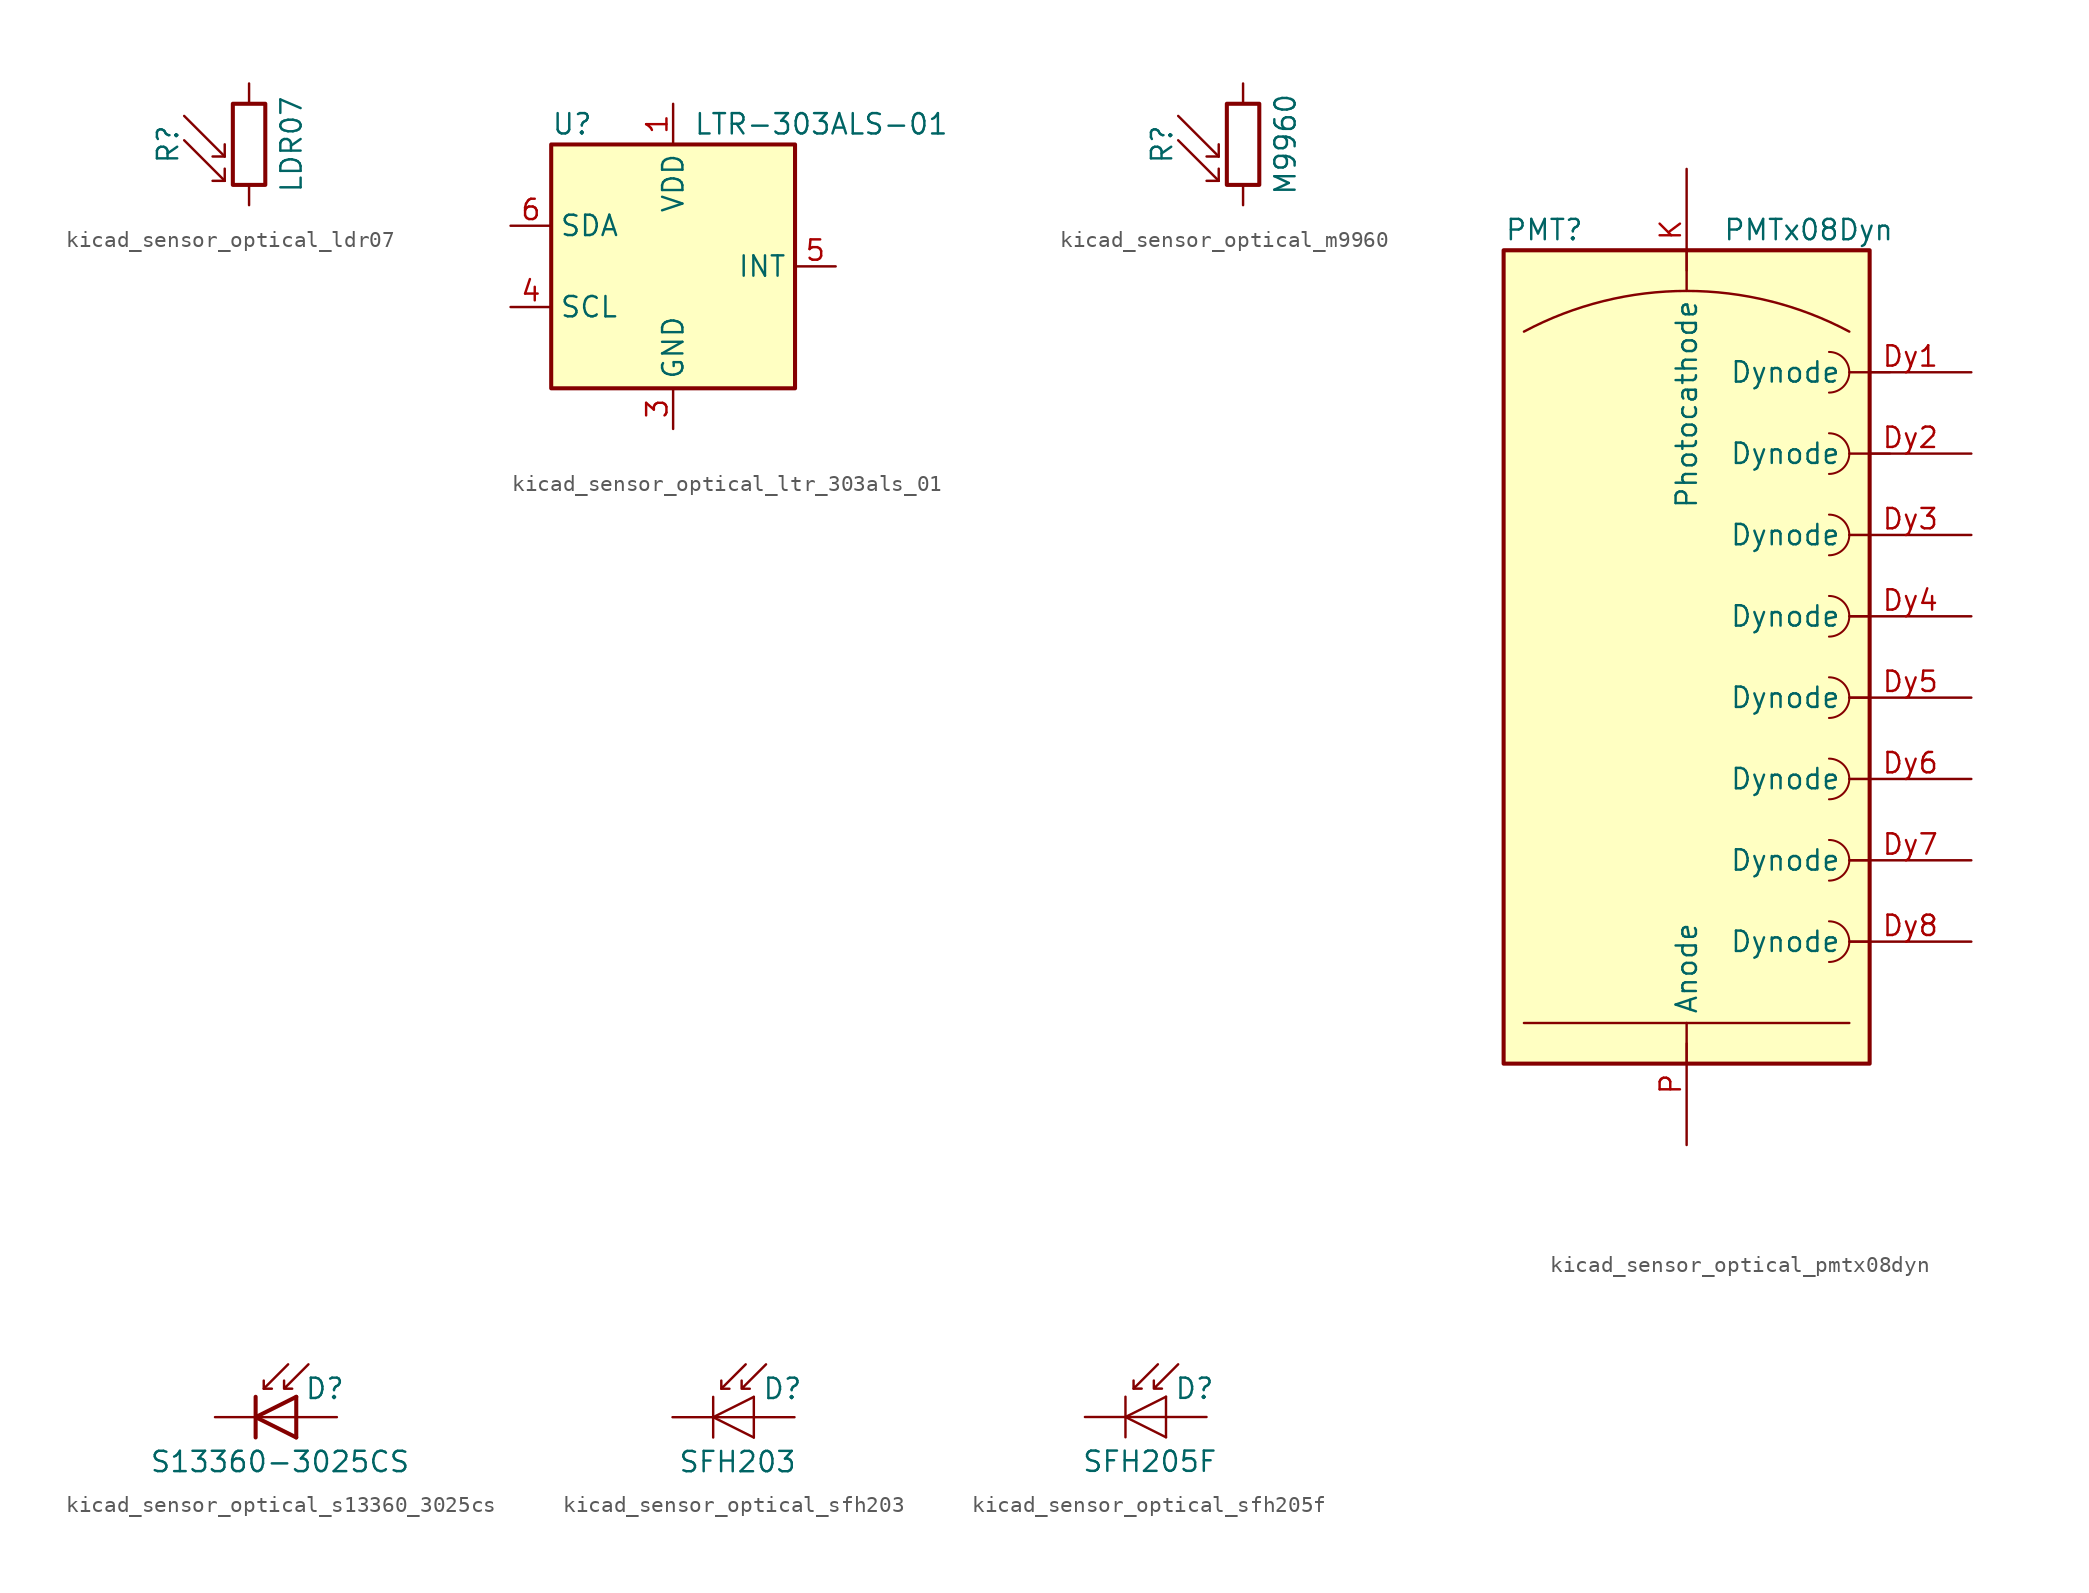
<source format=kicad_sym>
(kicad_symbol_lib
  (version 20220914)
  (generator kicad_symbol_editor)
  (symbol "kicad_sensor_optical_ldr07"
    (pin_numbers hide)
    (pin_names
      (offset 0))
    (property "Reference" "R"
      (at -5.08 0 90)
      (effects (font (size 1.27 1.27))))
    (property "Value" "LDR07"
      (at 1.905 0 90)
      (effects (font (size 1.27 1.27)) (justify top)))
    (symbol "kicad_sensor_optical_ldr07_0_1"
      (rectangle (start -1.016 2.54) (end 1.016 -2.54) (stroke (width 0.254) (type default)) (fill (type none)))
      (polyline (pts (xy -1.524 -2.286) (xy -4.064 0.254)) (stroke (width 0) (type default)) (fill (type none)))
      (polyline (pts (xy -1.524 -2.286) (xy -2.286 -2.286)) (stroke (width 0) (type default)) (fill (type none)))
      (polyline (pts (xy -1.524 -2.286) (xy -1.524 -1.524)) (stroke (width 0) (type default)) (fill (type none)))
      (polyline (pts (xy -1.524 -0.762) (xy -4.064 1.778)) (stroke (width 0) (type default)) (fill (type none)))
      (polyline (pts (xy -1.524 -0.762) (xy -2.286 -0.762)) (stroke (width 0) (type default)) (fill (type none)))
      (polyline (pts (xy -1.524 -0.762) (xy -1.524 0)) (stroke (width 0) (type default)) (fill (type none))))
    (symbol "kicad_sensor_optical_ldr07_1_1"
      (pin passive line (at 0 3.81 270) (length 1.27) (name "~" (effects (font (size 1.27 1.27)))) (number "1" (effects (font (size 1.27 1.27)))))
      (pin passive line (at 0 -3.81 90) (length 1.27) (name "~" (effects (font (size 1.27 1.27)))) (number "2" (effects (font (size 1.27 1.27)))))))
  (symbol "kicad_sensor_optical_ltr_303als_01"
    (property "Reference" "U"
      (at -7.62 8.89 0)
      (effects (font (size 1.27 1.27)) (justify left)))
    (property "Value" "LTR-303ALS-01"
      (at 1.27 8.89 0)
      (effects (font (size 1.27 1.27)) (justify left)))
    (symbol "kicad_sensor_optical_ltr_303als_01_0_1"
      (rectangle (start -7.62 7.62) (end 7.62 -7.62) (stroke (width 0.254) (type default)) (fill (type background))))
    (symbol "kicad_sensor_optical_ltr_303als_01_1_1"
      (pin power_in line (at 0 10.16 270) (length 2.54) (name "VDD" (effects (font (size 1.27 1.27)))) (number "1" (effects (font (size 1.27 1.27)))))
      (pin no_connect line (at 2.54 0 180) (length 2.54) hide (name "NC" (effects (font (size 1.27 1.27)))) (number "2" (effects (font (size 1.27 1.27)))))
      (pin power_in line (at 0 -10.16 90) (length 2.54) (name "GND" (effects (font (size 1.27 1.27)))) (number "3" (effects (font (size 1.27 1.27)))))
      (pin input line (at -10.16 -2.54 0) (length 2.54) (name "SCL" (effects (font (size 1.27 1.27)))) (number "4" (effects (font (size 1.27 1.27)))))
      (pin open_collector line (at 10.16 0 180) (length 2.54) (name "INT" (effects (font (size 1.27 1.27)))) (number "5" (effects (font (size 1.27 1.27)))))
      (pin bidirectional line (at -10.16 2.54 0) (length 2.54) (name "SDA" (effects (font (size 1.27 1.27)))) (number "6" (effects (font (size 1.27 1.27)))))))
  (symbol "kicad_sensor_optical_m9960"
    (pin_numbers hide)
    (pin_names
      (offset 0))
    (property "Reference" "R"
      (at -5.08 0 90)
      (effects (font (size 1.27 1.27))))
    (property "Value" "M9960"
      (at 1.905 0 90)
      (effects (font (size 1.27 1.27)) (justify top)))
    (symbol "kicad_sensor_optical_m9960_0_1"
      (rectangle (start -1.016 2.54) (end 1.016 -2.54) (stroke (width 0.254) (type default)) (fill (type none)))
      (polyline (pts (xy -1.524 -2.286) (xy -4.064 0.254)) (stroke (width 0) (type default)) (fill (type none)))
      (polyline (pts (xy -1.524 -2.286) (xy -2.286 -2.286)) (stroke (width 0) (type default)) (fill (type none)))
      (polyline (pts (xy -1.524 -2.286) (xy -1.524 -1.524)) (stroke (width 0) (type default)) (fill (type none)))
      (polyline (pts (xy -1.524 -0.762) (xy -4.064 1.778)) (stroke (width 0) (type default)) (fill (type none)))
      (polyline (pts (xy -1.524 -0.762) (xy -2.286 -0.762)) (stroke (width 0) (type default)) (fill (type none)))
      (polyline (pts (xy -1.524 -0.762) (xy -1.524 0)) (stroke (width 0) (type default)) (fill (type none))))
    (symbol "kicad_sensor_optical_m9960_1_1"
      (pin passive line (at 0 3.81 270) (length 1.27) (name "~" (effects (font (size 1.27 1.27)))) (number "1" (effects (font (size 1.27 1.27)))))
      (pin passive line (at 0 -3.81 90) (length 1.27) (name "~" (effects (font (size 1.27 1.27)))) (number "2" (effects (font (size 1.27 1.27)))))))
  (symbol "kicad_sensor_optical_pmtx08dyn"
    (property "Reference" "PMT"
      (at -8.89 26.67 0)
      (effects (font (size 1.27 1.27))))
    (property "Value" "PMTx08Dyn"
      (at 7.62 26.67 0)
      (effects (font (size 1.27 1.27))))
    (symbol "kicad_sensor_optical_pmtx08dyn_0_1"
      (polyline (pts (xy 0 -25.4) (xy 0 -24.13)) (stroke (width 0.127) (type default)) (fill (type none)))
      (polyline (pts (xy 0 25.4) (xy 0 24.13)) (stroke (width 0.127) (type default)) (fill (type none)))
      (polyline (pts (xy 10.16 -22.86) (xy -10.16 -22.86)) (stroke (width 0) (type default)) (fill (type none)))
      (polyline (pts (xy 11.43 -17.78) (xy 10.16 -17.78)) (stroke (width 0.127) (type default)) (fill (type none)))
      (polyline (pts (xy 11.43 -12.7) (xy 10.16 -12.7)) (stroke (width 0.127) (type default)) (fill (type none)))
      (polyline (pts (xy 11.43 -7.62) (xy 10.16 -7.62)) (stroke (width 0.127) (type default)) (fill (type none)))
      (polyline (pts (xy 11.43 -2.54) (xy 10.16 -2.54)) (stroke (width 0.127) (type default)) (fill (type none)))
      (polyline (pts (xy 11.43 2.54) (xy 10.16 2.54)) (stroke (width 0.127) (type default)) (fill (type none)))
      (polyline (pts (xy 11.43 7.62) (xy 10.16 7.62)) (stroke (width 0.127) (type default)) (fill (type none)))
      (polyline (pts (xy 12.7 12.7) (xy 11.43 12.7)) (stroke (width 0.127) (type default)) (fill (type none)))
      (polyline (pts (xy 12.7 17.78) (xy 11.43 17.78)) (stroke (width 0.127) (type default)) (fill (type none)))
      (arc (start 8.89 -19.05) (mid 10.1545 -17.78) (end 8.89 -16.51) (stroke (width 0.127) (type default)) (fill (type none)))
      (arc (start 8.89 -13.97) (mid 10.1545 -12.7) (end 8.89 -11.43) (stroke (width 0.127) (type default)) (fill (type none)))
      (arc (start 8.89 -8.89) (mid 10.1545 -7.62) (end 8.89 -6.35) (stroke (width 0.127) (type default)) (fill (type none)))
      (arc (start 8.89 -3.81) (mid 10.1545 -2.54) (end 8.89 -1.27) (stroke (width 0.127) (type default)) (fill (type none)))
      (arc (start 8.89 1.27) (mid 10.1545 2.54) (end 8.89 3.81) (stroke (width 0.127) (type default)) (fill (type none)))
      (arc (start 8.89 6.35) (mid 10.1545 7.62) (end 8.89 8.89) (stroke (width 0.127) (type default)) (fill (type none)))
      (arc (start 8.89 11.43) (mid 10.1545 12.7) (end 8.89 13.97) (stroke (width 0.127) (type default)) (fill (type none)))
      (arc (start 8.89 16.51) (mid 10.1545 17.78) (end 8.89 19.05) (stroke (width 0.127) (type default)) (fill (type none)))
      (arc (start 10.16 20.32) (mid 0 22.86) (end -10.16 20.32) (stroke (width 0) (type default)) (fill (type none)))
      (rectangle (start 11.43 -25.4) (end -11.43 25.4) (stroke (width 0.254) (type default)) (fill (type background))))
    (symbol "kicad_sensor_optical_pmtx08dyn_1_1"
      (pin passive line (at 17.78 17.78 180) (length 7.62) (name "Dynode" (effects (font (size 1.27 1.27)))) (number "Dy1" (effects (font (size 1.27 1.27)))))
      (pin passive line (at 17.78 12.7 180) (length 7.62) (name "Dynode" (effects (font (size 1.27 1.27)))) (number "Dy2" (effects (font (size 1.27 1.27)))))
      (pin passive line (at 17.78 7.62 180) (length 7.62) (name "Dynode" (effects (font (size 1.27 1.27)))) (number "Dy3" (effects (font (size 1.27 1.27)))))
      (pin passive line (at 17.78 2.54 180) (length 7.62) (name "Dynode" (effects (font (size 1.27 1.27)))) (number "Dy4" (effects (font (size 1.27 1.27)))))
      (pin passive line (at 17.78 -2.54 180) (length 7.62) (name "Dynode" (effects (font (size 1.27 1.27)))) (number "Dy5" (effects (font (size 1.27 1.27)))))
      (pin passive line (at 17.78 -7.62 180) (length 7.62) (name "Dynode" (effects (font (size 1.27 1.27)))) (number "Dy6" (effects (font (size 1.27 1.27)))))
      (pin passive line (at 17.78 -12.7 180) (length 7.62) (name "Dynode" (effects (font (size 1.27 1.27)))) (number "Dy7" (effects (font (size 1.27 1.27)))))
      (pin passive line (at 17.78 -17.78 180) (length 7.62) (name "Dynode" (effects (font (size 1.27 1.27)))) (number "Dy8" (effects (font (size 1.27 1.27)))))
      (pin passive line (at 0 30.48 270) (length 7.62) (name "Photocathode" (effects (font (size 1.27 1.27)))) (number "K" (effects (font (size 1.27 1.27)))))
      (pin passive line (at 0 -30.48 90) (length 7.62) (name "Anode" (effects (font (size 1.27 1.27)))) (number "P" (effects (font (size 1.27 1.27)))))))
  (symbol "kicad_sensor_optical_s13360_3025cs"
    (pin_numbers hide)
    (pin_names hide)
    (property "Reference" "D"
      (at 1.778 1.778 0)
      (effects (font (size 1.27 1.27)) (justify left)))
    (property "Value" "S13360-3025CS"
      (at 0.254 -2.794 0)
      (effects (font (size 1.27 1.27))))
    (symbol "kicad_sensor_optical_s13360_3025cs_0_1"
      (polyline (pts (xy -1.27 0) (xy 1.27 0)) (stroke (width 0) (type default)) (fill (type none)))
      (polyline (pts (xy -1.27 1.27) (xy -1.27 -1.27)) (stroke (width 0.254) (type default)) (fill (type none)))
      (polyline (pts (xy -0.762 1.778) (xy -0.254 1.778)) (stroke (width 0) (type default)) (fill (type none)))
      (polyline (pts (xy 1.27 1.27) (xy 1.27 -1.27)) (stroke (width 0.254) (type default)) (fill (type none)))
      (polyline (pts (xy 0.762 3.302) (xy -0.762 1.778) (xy -0.762 2.286)) (stroke (width 0) (type default)) (fill (type none)))
      (polyline (pts (xy 1.27 1.27) (xy -1.27 0) (xy 1.27 -1.27)) (stroke (width 0.254) (type default)) (fill (type none)))
      (polyline (pts (xy 2.032 3.302) (xy 0.508 1.778) (xy 0.508 2.286) (xy 0.508 1.778) (xy 1.016 1.778)) (stroke (width 0) (type default)) (fill (type none))))
    (symbol "kicad_sensor_optical_s13360_3025cs_1_1"
      (pin passive line (at 3.81 0 180) (length 2.54) (name "A" (effects (font (size 1.27 1.27)))) (number "1" (effects (font (size 1.27 1.27)))))
      (pin passive line (at -3.81 0 0) (length 2.54) (name "K" (effects (font (size 1.27 1.27)))) (number "2" (effects (font (size 1.27 1.27)))))))
  (symbol "kicad_sensor_optical_sfh203"
    (pin_numbers hide)
    (pin_names hide)
    (property "Reference" "D"
      (at 0.508 1.778 0)
      (effects (font (size 1.27 1.27)) (justify left)))
    (property "Value" "SFH203"
      (at -1.016 -2.794 0)
      (effects (font (size 1.27 1.27))))
    (symbol "kicad_sensor_optical_sfh203_0_1"
      (polyline (pts (xy -2.54 0) (xy 0 0)) (stroke (width 0) (type default)) (fill (type none)))
      (polyline (pts (xy -2.54 1.27) (xy -2.54 -1.27)) (stroke (width 0.152) (type default)) (fill (type none)))
      (polyline (pts (xy -2.032 1.778) (xy -1.524 1.778)) (stroke (width 0) (type default)) (fill (type none)))
      (polyline (pts (xy 0 -1.27) (xy 0 1.27)) (stroke (width 0) (type default)) (fill (type none)))
      (polyline (pts (xy -0.508 3.302) (xy -2.032 1.778) (xy -2.032 2.286)) (stroke (width 0) (type default)) (fill (type none)))
      (polyline (pts (xy 0 1.27) (xy -2.54 0) (xy 0 -1.27)) (stroke (width 0) (type default)) (fill (type none)))
      (polyline (pts (xy 0.762 3.302) (xy -0.762 1.778) (xy -0.762 2.286) (xy -0.762 1.778) (xy -0.254 1.778)) (stroke (width 0) (type default)) (fill (type none))))
    (symbol "kicad_sensor_optical_sfh203_1_1"
      (pin passive line (at -5.08 0 0) (length 2.54) (name "K" (effects (font (size 1.27 1.27)))) (number "1" (effects (font (size 1.27 1.27)))))
      (pin passive line (at 2.54 0 180) (length 2.54) (name "A" (effects (font (size 1.27 1.27)))) (number "2" (effects (font (size 1.27 1.27)))))))
  (symbol "kicad_sensor_optical_sfh205f"
    (pin_numbers hide)
    (pin_names
      (offset 1.016) hide)
    (property "Reference" "D"
      (at 0.508 1.778 0)
      (effects (font (size 1.27 1.27)) (justify left)))
    (property "Value" "SFH205F"
      (at -1.016 -2.794 0)
      (effects (font (size 1.27 1.27))))
    (symbol "kicad_sensor_optical_sfh205f_0_1"
      (polyline (pts (xy -2.54 1.27) (xy -2.54 -1.27)) (stroke (width 0.152) (type default)) (fill (type none)))
      (polyline (pts (xy -2.032 1.778) (xy -1.524 1.778)) (stroke (width 0) (type default)) (fill (type none)))
      (polyline (pts (xy 0 0) (xy -2.54 0)) (stroke (width 0) (type default)) (fill (type none)))
      (polyline (pts (xy 0 1.27) (xy 0 -1.27)) (stroke (width 0) (type default)) (fill (type none)))
      (polyline (pts (xy -0.508 3.302) (xy -2.032 1.778) (xy -2.032 2.286)) (stroke (width 0) (type default)) (fill (type none)))
      (polyline (pts (xy 0 1.27) (xy -2.54 0) (xy 0 -1.27)) (stroke (width 0) (type default)) (fill (type none)))
      (polyline (pts (xy 0.762 3.302) (xy -0.762 1.778) (xy -0.762 2.286) (xy -0.762 1.778) (xy -0.254 1.778)) (stroke (width 0) (type default)) (fill (type none))))
    (symbol "kicad_sensor_optical_sfh205f_1_1"
      (pin passive line (at -5.08 0 0) (length 2.54) (name "K" (effects (font (size 1.27 1.27)))) (number "1" (effects (font (size 1.27 1.27)))))
      (pin passive line (at 2.54 0 180) (length 2.54) (name "A" (effects (font (size 1.27 1.27)))) (number "2" (effects (font (size 1.27 1.27))))))))
</source>
